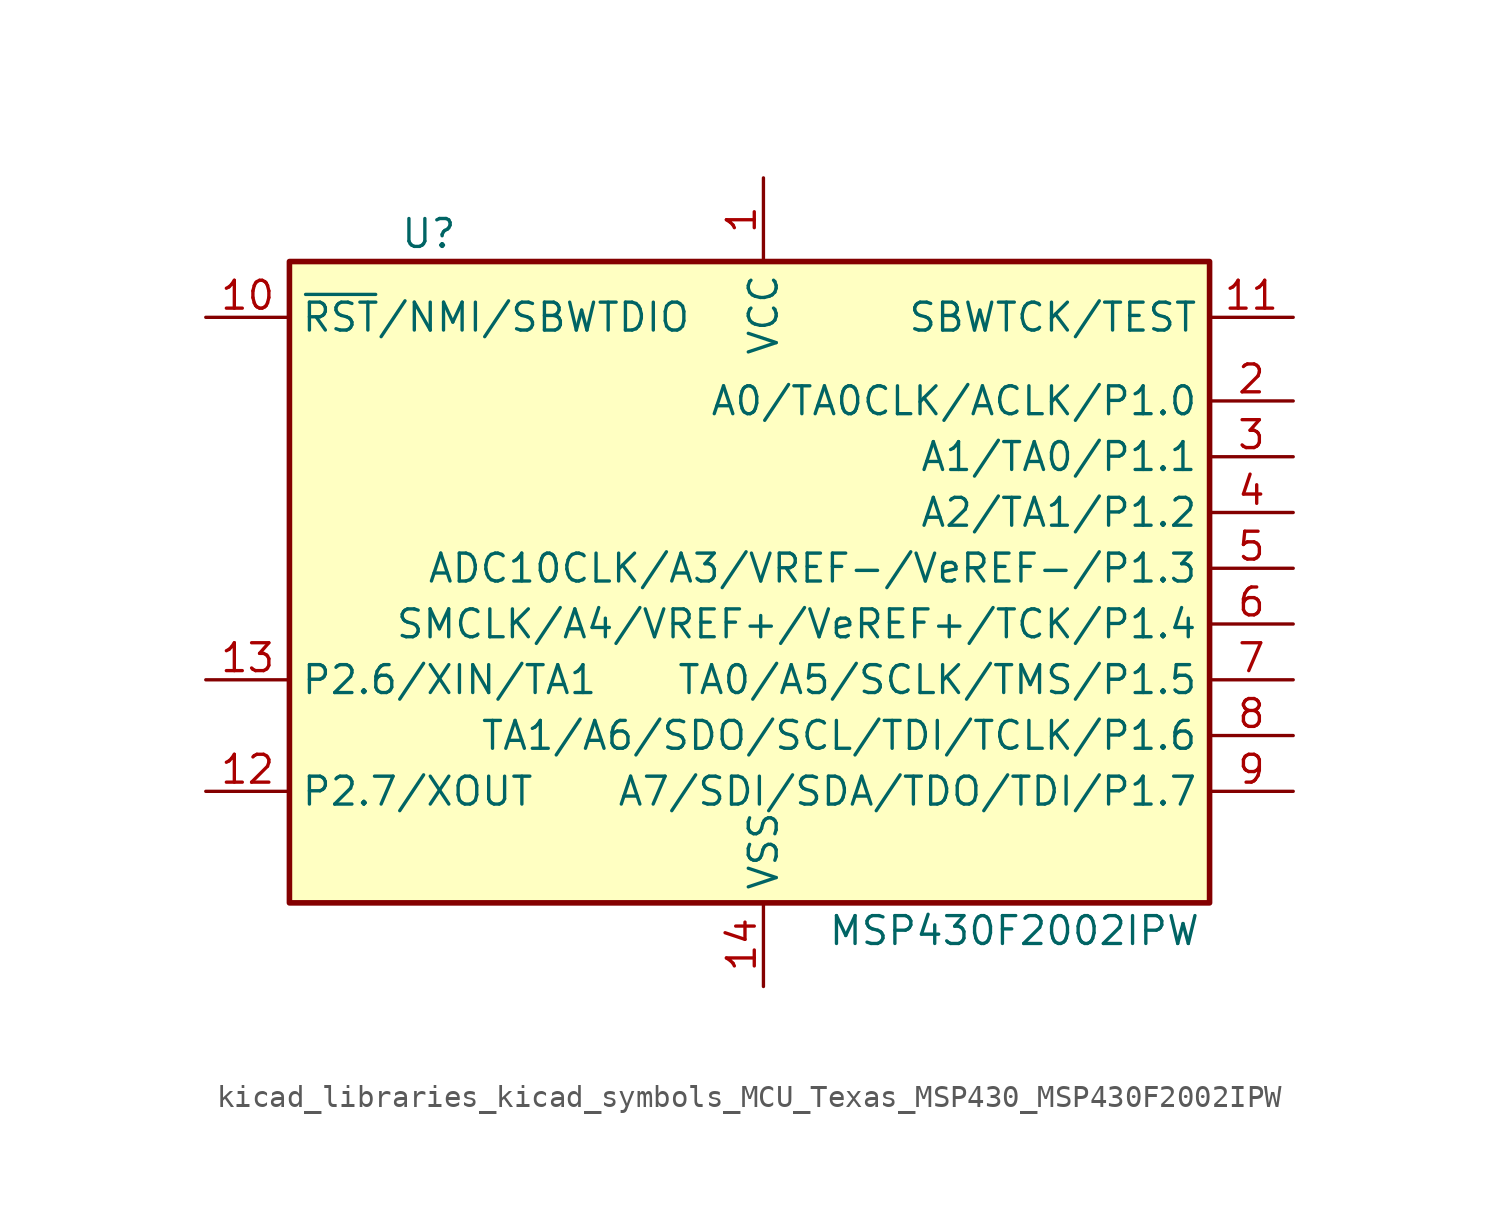
<source format=kicad_sym>
(kicad_symbol_lib
  (version 20220914)
  (generator kicad_symbol_editor)
  (symbol "kicad_libraries_kicad_symbols_MCU_Texas_MSP430_MSP430F2002IPW"
    (property "Reference" "U"
      (at -15.24 15.24 0)
      (effects (font (size 1.27 1.27))))
    (property "Value" "MSP430F2002IPW"
      (at 11.43 -16.51 0)
      (effects (font (size 1.27 1.27))))
    (symbol "kicad_libraries_kicad_symbols_MCU_Texas_MSP430_MSP430F2002IPW_0_1"
      (rectangle (start -21.59 13.97) (end 20.32 -15.24) (stroke (width 0.254) (type default)) (fill (type background))))
    (symbol "kicad_libraries_kicad_symbols_MCU_Texas_MSP430_MSP430F2002IPW_1_1"
      (pin power_in line (at 0 17.78 270) (length 3.81) (name "VCC" (effects (font (size 1.27 1.27)))) (number "1" (effects (font (size 1.27 1.27)))))
      (pin input line (at -25.4 11.43 0) (length 3.81) (name "~{RST}/NMI/SBWTDIO" (effects (font (size 1.27 1.27)))) (number "10" (effects (font (size 1.27 1.27)))))
      (pin input line (at 24.13 11.43 180) (length 3.81) (name "SBWTCK/TEST" (effects (font (size 1.27 1.27)))) (number "11" (effects (font (size 1.27 1.27)))))
      (pin bidirectional line (at -25.4 -10.16 0) (length 3.81) (name "P2.7/XOUT" (effects (font (size 1.27 1.27)))) (number "12" (effects (font (size 1.27 1.27)))))
      (pin bidirectional line (at -25.4 -5.08 0) (length 3.81) (name "P2.6/XIN/TA1" (effects (font (size 1.27 1.27)))) (number "13" (effects (font (size 1.27 1.27)))))
      (pin power_in line (at 0 -19.05 90) (length 3.81) (name "VSS" (effects (font (size 1.27 1.27)))) (number "14" (effects (font (size 1.27 1.27)))))
      (pin bidirectional line (at 24.13 7.62 180) (length 3.81) (name "A0/TA0CLK/ACLK/P1.0" (effects (font (size 1.27 1.27)))) (number "2" (effects (font (size 1.27 1.27)))))
      (pin bidirectional line (at 24.13 5.08 180) (length 3.81) (name "A1/TA0/P1.1" (effects (font (size 1.27 1.27)))) (number "3" (effects (font (size 1.27 1.27)))))
      (pin bidirectional line (at 24.13 2.54 180) (length 3.81) (name "A2/TA1/P1.2" (effects (font (size 1.27 1.27)))) (number "4" (effects (font (size 1.27 1.27)))))
      (pin bidirectional line (at 24.13 0 180) (length 3.81) (name "ADC10CLK/A3/VREF-/VeREF-/P1.3" (effects (font (size 1.27 1.27)))) (number "5" (effects (font (size 1.27 1.27)))))
      (pin bidirectional line (at 24.13 -2.54 180) (length 3.81) (name "SMCLK/A4/VREF+/VeREF+/TCK/P1.4" (effects (font (size 1.27 1.27)))) (number "6" (effects (font (size 1.27 1.27)))))
      (pin bidirectional line (at 24.13 -5.08 180) (length 3.81) (name "TA0/A5/SCLK/TMS/P1.5" (effects (font (size 1.27 1.27)))) (number "7" (effects (font (size 1.27 1.27)))))
      (pin bidirectional line (at 24.13 -7.62 180) (length 3.81) (name "TA1/A6/SDO/SCL/TDI/TCLK/P1.6" (effects (font (size 1.27 1.27)))) (number "8" (effects (font (size 1.27 1.27)))))
      (pin bidirectional line (at 24.13 -10.16 180) (length 3.81) (name "A7/SDI/SDA/TDO/TDI/P1.7" (effects (font (size 1.27 1.27)))) (number "9" (effects (font (size 1.27 1.27))))))))
</source>
